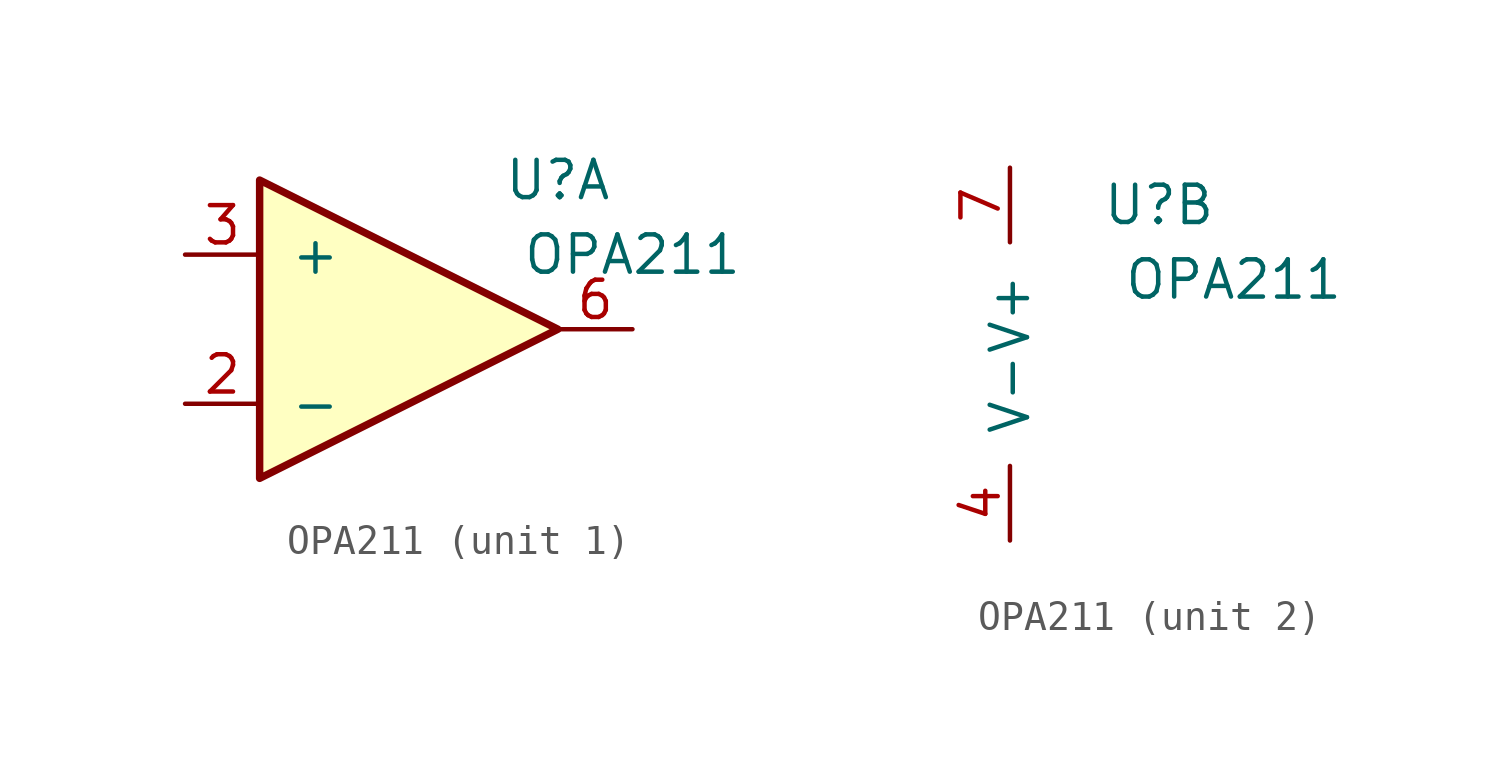
<source format=kicad_sym>
(kicad_symbol_lib
  (version 20211014)
  (generator kicad_symbol_editor)
  (symbol "OPA211"
    (pin_names
      (offset 1.016))
    (property "Reference" "U"
      (at 5.08 5.08 0)
      (effects (font (size 1.27 1.27))))
    (property "Value" "OPA211"
      (at 7.62 2.54 0)
      (effects (font (size 1.27 1.27))))
    (property "ki_locked" ""
      (at 0 0 0)
      (effects (font (size 1.27 1.27))))
    (symbol "OPA211_1_1"
      (polyline (pts (xy -5.08 5.08) (xy 5.08 0) (xy -5.08 -5.08) (xy -5.08 5.08)) (stroke (width 0.254) (type default) (color 0 0 0 0)) (fill (type background)))
      (pin no_connect line (at 0 5.08 270) (length 2.54) hide (name "NC" (effects (font (size 1.27 1.27)))) (number "1" (effects (font (size 1.27 1.27)))))
      (pin input line (at -7.62 -2.54 0) (length 2.54) (name "-" (effects (font (size 1.27 1.27)))) (number "2" (effects (font (size 1.27 1.27)))))
      (pin input line (at -7.62 2.54 0) (length 2.54) (name "+" (effects (font (size 1.27 1.27)))) (number "3" (effects (font (size 1.27 1.27)))))
      (pin no_connect line (at 2.54 -3.81 90) (length 2.54) hide (name "NC" (effects (font (size 1.27 1.27)))) (number "5" (effects (font (size 1.27 1.27)))))
      (pin output line (at 7.62 0 180) (length 2.54) (name "~" (effects (font (size 1.27 1.27)))) (number "6" (effects (font (size 1.27 1.27)))))
      (pin no_connect line (at 0 -5.08 90) (length 2.54) hide (name "NC" (effects (font (size 1.27 1.27)))) (number "8" (effects (font (size 1.27 1.27))))))
    (symbol "OPA211_2_1"
      (pin bidirectional line (at 0 -6.35 90) (length 2.54) (name "V-" (effects (font (size 1.27 1.27)))) (number "4" (effects (font (size 1.27 1.27)))))
      (pin bidirectional line (at 0 6.35 270) (length 2.54) (name "V+" (effects (font (size 1.27 1.27)))) (number "7" (effects (font (size 1.27 1.27))))))))
</source>
